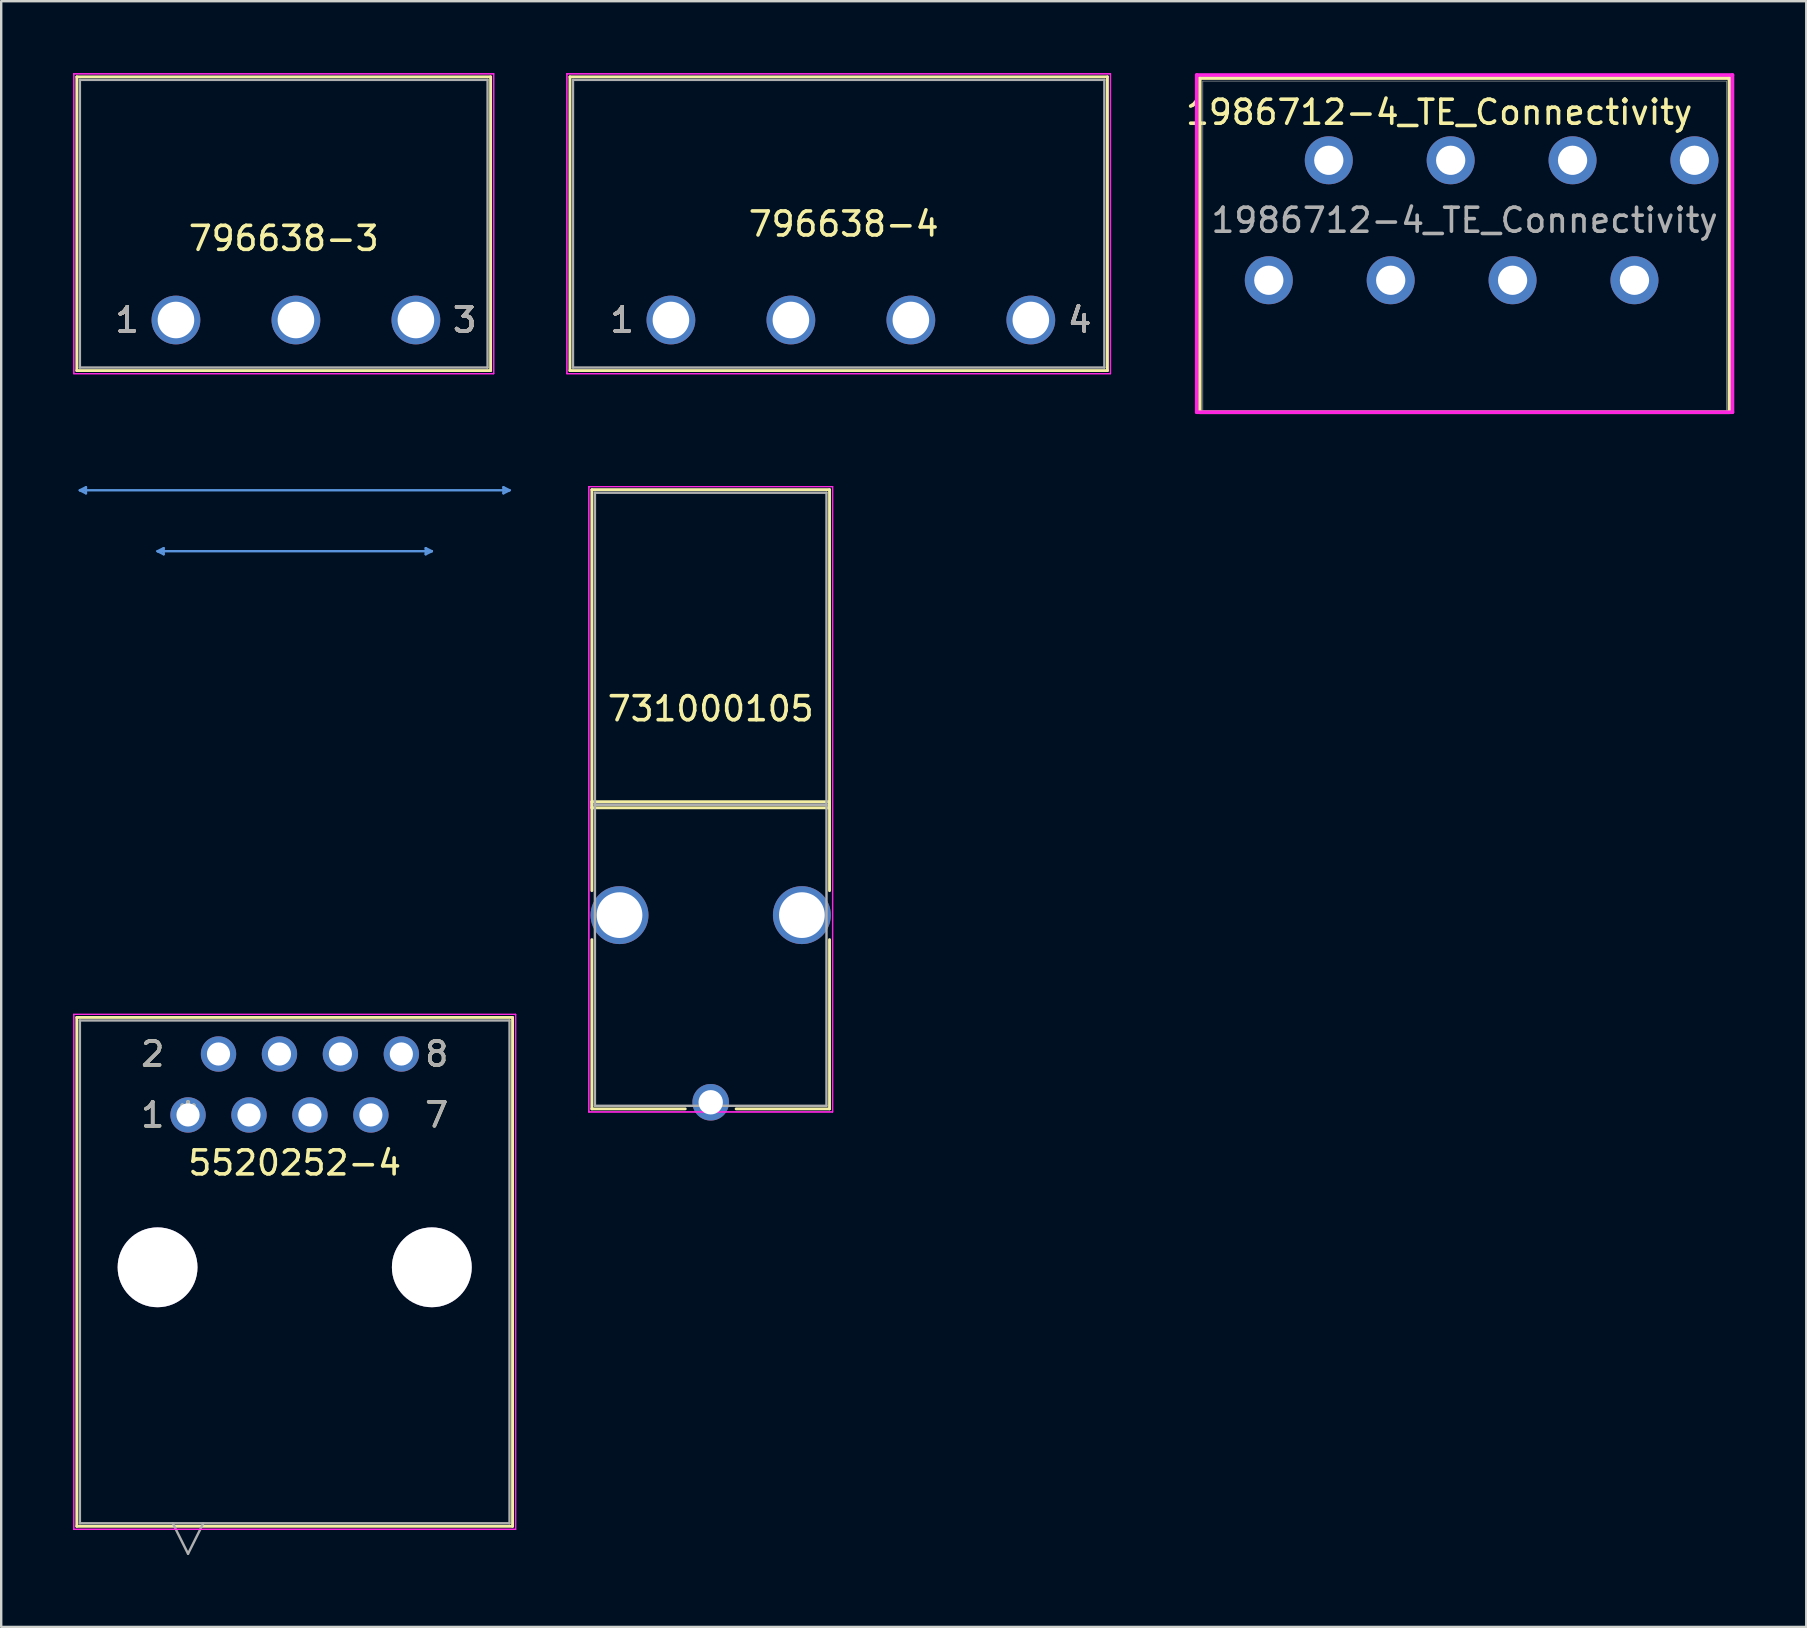
<source format=kicad_pcb>
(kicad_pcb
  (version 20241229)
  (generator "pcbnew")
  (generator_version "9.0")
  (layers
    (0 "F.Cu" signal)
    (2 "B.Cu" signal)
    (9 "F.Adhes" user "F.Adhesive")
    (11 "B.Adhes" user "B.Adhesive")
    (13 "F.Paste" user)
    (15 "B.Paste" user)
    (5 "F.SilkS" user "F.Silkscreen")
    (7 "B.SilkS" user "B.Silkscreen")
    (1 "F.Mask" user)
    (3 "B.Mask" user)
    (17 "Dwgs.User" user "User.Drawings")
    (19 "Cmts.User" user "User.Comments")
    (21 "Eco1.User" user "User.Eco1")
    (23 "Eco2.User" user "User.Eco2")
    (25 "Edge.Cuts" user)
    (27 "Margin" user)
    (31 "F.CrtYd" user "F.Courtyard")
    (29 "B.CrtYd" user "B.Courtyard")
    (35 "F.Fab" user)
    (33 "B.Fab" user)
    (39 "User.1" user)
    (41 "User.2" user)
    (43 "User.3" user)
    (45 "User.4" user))
  (footprint "731000105"
    (layer "F.Cu")
    (at 26.57 42.89)
    (property "Reference" "731000105" (at 0 -16.4 0) (layer "F.SilkS") (effects (font (size 1 1) (thickness 0.15))))
    (attr through_hole)
    (fp_line (start -4.953 -25.532) (end -4.953 -12.273) (stroke (width 0.12) (type solid)) (layer "F.SilkS"))
    (fp_line (start -4.953 -12.527) (end -4.953 -8.82) (stroke (width 0.12) (type solid)) (layer "F.SilkS"))
    (fp_line (start -4.953 -12.273) (end 4.953 -12.273) (stroke (width 0.12) (type solid)) (layer "F.SilkS"))
    (fp_line (start -4.953 -6.78) (end -4.953 0.275) (stroke (width 0.12) (type solid)) (layer "F.SilkS"))
    (fp_line (start -4.953 0.275) (end -1.06 0.275) (stroke (width 0.12) (type solid)) (layer "F.SilkS"))
    (fp_line (start 1.06 0.275) (end 4.953 0.275) (stroke (width 0.12) (type solid)) (layer "F.SilkS"))
    (fp_line (start 4.953 -25.532) (end -4.953 -25.532) (stroke (width 0.12) (type solid)) (layer "F.SilkS"))
    (fp_line (start 4.953 -12.527) (end -4.953 -12.527) (stroke (width 0.12) (type solid)) (layer "F.SilkS"))
    (fp_line (start 4.953 -12.273) (end 4.953 -25.532) (stroke (width 0.12) (type solid)) (layer "F.SilkS"))
    (fp_line (start 4.953 -8.82) (end 4.953 -12.527) (stroke (width 0.12) (type solid)) (layer "F.SilkS"))
    (fp_line (start 4.953 0.275) (end 4.953 -6.78) (stroke (width 0.12) (type solid)) (layer "F.SilkS"))
    (fp_line (start -5.08 -25.659) (end -5.08 0.402) (stroke (width 0.05) (type solid)) (layer "F.CrtYd"))
    (fp_line (start -5.08 -25.659) (end -5.08 0.402) (stroke (width 0.05) (type solid)) (layer "F.CrtYd"))
    (fp_line (start -5.08 0.402) (end 5.08 0.402) (stroke (width 0.05) (type solid)) (layer "F.CrtYd"))
    (fp_line (start -5.08 0.402) (end 5.08 0.402) (stroke (width 0.05) (type solid)) (layer "F.CrtYd"))
    (fp_line (start 5.08 -25.659) (end -5.08 -25.659) (stroke (width 0.05) (type solid)) (layer "F.CrtYd"))
    (fp_line (start 5.08 -25.659) (end -5.08 -25.659) (stroke (width 0.05) (type solid)) (layer "F.CrtYd"))
    (fp_line (start 5.08 0.402) (end 5.08 -25.659) (stroke (width 0.05) (type solid)) (layer "F.CrtYd"))
    (fp_line (start 5.08 0.402) (end 5.08 -25.659) (stroke (width 0.05) (type solid)) (layer "F.CrtYd"))
    (fp_line (start -4.826 -25.405) (end -4.826 -12.4) (stroke (width 0.1) (type solid)) (layer "F.Fab"))
    (fp_line (start -4.826 -12.4) (end -4.826 0.148) (stroke (width 0.1) (type solid)) (layer "F.Fab"))
    (fp_line (start -4.826 -12.4) (end 4.826 -12.4) (stroke (width 0.1) (type solid)) (layer "F.Fab"))
    (fp_line (start -4.826 0.148) (end 4.826 0.148) (stroke (width 0.1) (type solid)) (layer "F.Fab"))
    (fp_line (start 4.826 -25.405) (end -4.826 -25.405) (stroke (width 0.1) (type solid)) (layer "F.Fab"))
    (fp_line (start 4.826 -12.4) (end -4.826 -12.4) (stroke (width 0.1) (type solid)) (layer "F.Fab"))
    (fp_line (start 4.826 -12.4) (end 4.826 -25.405) (stroke (width 0.1) (type solid)) (layer "F.Fab"))
    (fp_line (start 4.826 0.148) (end 4.826 -12.4) (stroke (width 0.1) (type solid)) (layer "F.Fab"))
    (pad "1" thru_hole circle (at 0 0) (size 1.524 1.524) (drill 1.016) (layers "*.Cu" "*.Mask"))
    (pad "2" thru_hole circle (at -3.8 -7.8) (size 2.413 2.413) (drill 1.905) (layers "*.Cu" "*.Mask"))
    (pad "3" thru_hole circle (at 3.8 -7.8) (size 2.413 2.413) (drill 1.905) (layers "*.Cu" "*.Mask")))
  (footprint "796638-4"
    (layer "F.Cu")
    (at 24.912 10.287)
    (property "Reference" "796638-4" (at 7.2 -4 0) (layer "F.SilkS") (effects (font (size 1 1) (thickness 0.15))))
    (attr through_hole)
    (fp_line (start -4.209 -10.135) (end -4.209 2.108) (stroke (width 0.12) (type solid)) (layer "F.SilkS"))
    (fp_line (start -4.209 2.108) (end 18.193 2.108) (stroke (width 0.12) (type solid)) (layer "F.SilkS"))
    (fp_line (start 18.193 -10.135) (end -4.209 -10.135) (stroke (width 0.12) (type solid)) (layer "F.SilkS"))
    (fp_line (start 18.193 2.108) (end 18.193 -10.135) (stroke (width 0.12) (type solid)) (layer "F.SilkS"))
    (fp_line (start -4.336 -10.262) (end -4.336 2.235) (stroke (width 0.05) (type solid)) (layer "F.CrtYd"))
    (fp_line (start -4.336 -10.262) (end -4.336 2.235) (stroke (width 0.05) (type solid)) (layer "F.CrtYd"))
    (fp_line (start -4.336 2.235) (end 18.32 2.235) (stroke (width 0.05) (type solid)) (layer "F.CrtYd"))
    (fp_line (start -4.336 2.235) (end 18.32 2.235) (stroke (width 0.05) (type solid)) (layer "F.CrtYd"))
    (fp_line (start 18.32 -10.262) (end -4.336 -10.262) (stroke (width 0.05) (type solid)) (layer "F.CrtYd"))
    (fp_line (start 18.32 -10.262) (end -4.336 -10.262) (stroke (width 0.05) (type solid)) (layer "F.CrtYd"))
    (fp_line (start 18.32 2.235) (end 18.32 -10.262) (stroke (width 0.05) (type solid)) (layer "F.CrtYd"))
    (fp_line (start 18.32 2.235) (end 18.32 -10.262) (stroke (width 0.05) (type solid)) (layer "F.CrtYd"))
    (fp_line (start -4.082 -10.008) (end -4.082 1.981) (stroke (width 0.1) (type solid)) (layer "F.Fab"))
    (fp_line (start -4.082 1.981) (end 18.066 1.981) (stroke (width 0.1) (type solid)) (layer "F.Fab"))
    (fp_line (start 18.066 -10.008) (end -4.082 -10.008) (stroke (width 0.1) (type solid)) (layer "F.Fab"))
    (fp_line (start 18.066 1.981) (end 18.066 -10.008) (stroke (width 0.1) (type solid)) (layer "F.Fab"))
    (fp_text user "1" (at -2.032 0 0) (layer "F.SilkS") (effects (font (size 1 1) (thickness 0.15))))
    (fp_text user "1" (at -2.032 0 0) (layer "F.SilkS") (effects (font (size 1 1) (thickness 0.15))))
    (fp_text user "4" (at 17.032 0 0) (layer "F.SilkS") (effects (font (size 1 1) (thickness 0.15))))
    (fp_text user "4" (at 17.032 0 0) (layer "F.SilkS") (effects (font (size 1 1) (thickness 0.15))))
    (fp_text user "1" (at -2.032 0 0) (layer "B.SilkS") (effects (font (size 1 1) (thickness 0.15))))
    (fp_text user "1" (at -2.032 0 0) (layer "B.SilkS") (effects (font (size 1 1) (thickness 0.15))))
    (fp_text user "4" (at 17.032 0 0) (layer "B.SilkS") (effects (font (size 1 1) (thickness 0.15))))
    (fp_text user "4" (at 17.032 0 0) (layer "B.SilkS") (effects (font (size 1 1) (thickness 0.15))))
    (fp_text user "4" (at 17.032 0 0) (layer "F.Fab") (effects (font (size 1 1) (thickness 0.15))))
    (fp_text user "1" (at -2.032 0 0) (layer "F.Fab") (effects (font (size 1 1) (thickness 0.15))))
    (fp_text user "4" (at 17.032 0 0) (layer "F.Fab") (effects (font (size 1 1) (thickness 0.15))))
    (fp_text user "*" (at 0 0 0) (layer "F.Fab") (effects (font (size 1 1) (thickness 0.15))))
    (fp_text user "1" (at -2.032 0 0) (layer "F.Fab") (effects (font (size 1 1) (thickness 0.15))))
    (pad "1" thru_hole circle (at 0 0) (size 2.032 2.032) (drill 1.524) (layers "*.Cu" "*.Mask"))
    (pad "2" thru_hole circle (at 5 0) (size 2.032 2.032) (drill 1.524) (layers "*.Cu" "*.Mask"))
    (pad "3" thru_hole circle (at 10 0) (size 2.032 2.032) (drill 1.524) (layers "*.Cu" "*.Mask"))
    (pad "4" thru_hole circle (at 15 0) (size 2.032 2.032) (drill 1.524) (layers "*.Cu" "*.Mask")))
  (footprint "796638-3"
    (layer "F.Cu")
    (at 4.283 10.287)
    (property "Reference" "796638-3" (at 4.492 -3.4 0) (layer "F.SilkS") (effects (font (size 1 1) (thickness 0.15))))
    (attr through_hole)
    (fp_line (start -4.131 -10.135) (end -4.131 2.108) (stroke (width 0.12) (type solid)) (layer "F.SilkS"))
    (fp_line (start -4.131 2.108) (end 13.115 2.108) (stroke (width 0.12) (type solid)) (layer "F.SilkS"))
    (fp_line (start 13.115 -10.135) (end -4.131 -10.135) (stroke (width 0.12) (type solid)) (layer "F.SilkS"))
    (fp_line (start 13.115 2.108) (end 13.115 -10.135) (stroke (width 0.12) (type solid)) (layer "F.SilkS"))
    (fp_line (start -4.258 -10.262) (end -4.258 2.235) (stroke (width 0.05) (type solid)) (layer "F.CrtYd"))
    (fp_line (start -4.258 -10.262) (end -4.258 2.235) (stroke (width 0.05) (type solid)) (layer "F.CrtYd"))
    (fp_line (start -4.258 2.235) (end 13.242 2.235) (stroke (width 0.05) (type solid)) (layer "F.CrtYd"))
    (fp_line (start -4.258 2.235) (end 13.242 2.235) (stroke (width 0.05) (type solid)) (layer "F.CrtYd"))
    (fp_line (start 13.242 -10.262) (end -4.258 -10.262) (stroke (width 0.05) (type solid)) (layer "F.CrtYd"))
    (fp_line (start 13.242 -10.262) (end -4.258 -10.262) (stroke (width 0.05) (type solid)) (layer "F.CrtYd"))
    (fp_line (start 13.242 2.235) (end 13.242 -10.262) (stroke (width 0.05) (type solid)) (layer "F.CrtYd"))
    (fp_line (start 13.242 2.235) (end 13.242 -10.262) (stroke (width 0.05) (type solid)) (layer "F.CrtYd"))
    (fp_line (start -4.004 -10.008) (end -4.004 1.981) (stroke (width 0.1) (type solid)) (layer "F.Fab"))
    (fp_line (start -4.004 1.981) (end 12.988 1.981) (stroke (width 0.1) (type solid)) (layer "F.Fab"))
    (fp_line (start 12.988 -10.008) (end -4.004 -10.008) (stroke (width 0.1) (type solid)) (layer "F.Fab"))
    (fp_line (start 12.988 1.981) (end 12.988 -10.008) (stroke (width 0.1) (type solid)) (layer "F.Fab"))
    (fp_text user "3" (at 12.032 0 0) (layer "F.SilkS") (effects (font (size 1 1) (thickness 0.15))))
    (fp_text user "1" (at -2.032 0 0) (layer "F.SilkS") (effects (font (size 1 1) (thickness 0.15))))
    (fp_text user "1" (at -2.032 0 0) (layer "F.SilkS") (effects (font (size 1 1) (thickness 0.15))))
    (fp_text user "3" (at 12.032 0 0) (layer "F.SilkS") (effects (font (size 1 1) (thickness 0.15))))
    (fp_text user "3" (at 12.032 0 0) (layer "B.SilkS") (effects (font (size 1 1) (thickness 0.15))))
    (fp_text user "1" (at -2.032 0 0) (layer "B.SilkS") (effects (font (size 1 1) (thickness 0.15))))
    (fp_text user "1" (at -2.032 0 0) (layer "B.SilkS") (effects (font (size 1 1) (thickness 0.15))))
    (fp_text user "3" (at 12.032 0 0) (layer "B.SilkS") (effects (font (size 1 1) (thickness 0.15))))
    (fp_text user "3" (at 12.032 0 0) (layer "F.Fab") (effects (font (size 1 1) (thickness 0.15))))
    (fp_text user "3" (at 12.032 0 0) (layer "F.Fab") (effects (font (size 1 1) (thickness 0.15))))
    (fp_text user "1" (at -2.032 0 0) (layer "F.Fab") (effects (font (size 1 1) (thickness 0.15))))
    (fp_text user "1" (at -2.032 0 0) (layer "F.Fab") (effects (font (size 1 1) (thickness 0.15))))
    (fp_text user "*" (at 0 0 0) (layer "F.Fab") (effects (font (size 1 1) (thickness 0.15))))
    (pad "1" thru_hole circle (at 0 0) (size 2.032 2.032) (drill 1.524) (layers "*.Cu" "*.Mask"))
    (pad "2" thru_hole circle (at 5 0) (size 2.032 2.032) (drill 1.524) (layers "*.Cu" "*.Mask"))
    (pad "3" thru_hole circle (at 10 0) (size 2.032 2.032) (drill 1.524) (layers "*.Cu" "*.Mask")))
  (footprint "1986712-4_TE_Connectivity"
    (layer "F.Cu")
    (at 52.33 3.63)
    (property "Reference" "1986712-4_TE_Connectivity" (at 4.6 -2 0) (unlocked yes) (layer "F.SilkS") (effects (font (size 1 1) (thickness 0.15))))
    (attr through_hole)
    (fp_line (start -5.377 -3.427) (end -5.377 10.5) (stroke (width 0.152) (type solid)) (layer "F.SilkS"))
    (fp_line (start -5.377 10.5) (end 16.697 10.5) (stroke (width 0.152) (type solid)) (layer "F.SilkS"))
    (fp_line (start 16.697 -3.427) (end -5.377 -3.427) (stroke (width 0.152) (type solid)) (layer "F.SilkS"))
    (fp_line (start 16.697 10.5) (end 16.697 -3.427) (stroke (width 0.152) (type solid)) (layer "F.SilkS"))
    (fp_line (start -5.504 -3.554) (end -5.504 10.5) (stroke (width 0.152) (type solid)) (layer "F.CrtYd"))
    (fp_line (start -5.504 10.5) (end 16.824 10.5) (stroke (width 0.152) (type solid)) (layer "F.CrtYd"))
    (fp_line (start 16.824 -3.554) (end -5.504 -3.554) (stroke (width 0.152) (type solid)) (layer "F.CrtYd"))
    (fp_line (start 16.824 10.5) (end 16.824 -3.554) (stroke (width 0.152) (type solid)) (layer "F.CrtYd"))
    (fp_line (start -5.25 -3.3) (end -5.25 10.5) (stroke (width 0.025) (type solid)) (layer "F.Fab"))
    (fp_line (start -5.25 10.5) (end 16.57 10.5) (stroke (width 0.025) (type solid)) (layer "F.Fab"))
    (fp_line (start 16.57 -3.3) (end -5.25 -3.3) (stroke (width 0.025) (type solid)) (layer "F.Fab"))
    (fp_line (start 16.57 10.5) (end 16.57 -3.3) (stroke (width 0.025) (type solid)) (layer "F.Fab"))
    (fp_text user "${REFERENCE}" (at 5.66 2.5 0) (unlocked yes) (layer "F.Fab") (effects (font (size 1 1) (thickness 0.15))))
    (pad "1" thru_hole circle (at -2.5 5) (size 2 2) (drill 1.219) (layers "*.Cu" "*.Mask"))
    (pad "1" thru_hole circle (at 0 0) (size 2 2) (drill 1.219) (layers "*.Cu" "*.Mask"))
    (pad "2" thru_hole circle (at 2.58 5) (size 2 2) (drill 1.219) (layers "*.Cu" "*.Mask"))
    (pad "2" thru_hole circle (at 5.08 0) (size 2 2) (drill 1.219) (layers "*.Cu" "*.Mask"))
    (pad "3" thru_hole circle (at 7.66 5) (size 2 2) (drill 1.219) (layers "*.Cu" "*.Mask"))
    (pad "3" thru_hole circle (at 10.16 0) (size 2 2) (drill 1.219) (layers "*.Cu" "*.Mask"))
    (pad "4" thru_hole circle (at 12.74 5) (size 2 2) (drill 1.219) (layers "*.Cu" "*.Mask"))
    (pad "4" thru_hole circle (at 15.24 0) (size 2 2) (drill 1.219) (layers "*.Cu" "*.Mask")))
  (footprint "5520252-4"
    (layer "F.Cu")
    (at 4.787 43.418)
    (property "Reference" "5520252-4" (at 4.445 2 0) (layer "F.SilkS") (effects (font (size 1 1) (thickness 0.15))))
    (attr through_hole)
    (fp_line (start -4.636 -4.064) (end -4.636 17.145) (stroke (width 0.12) (type solid)) (layer "F.SilkS"))
    (fp_line (start -4.636 17.145) (end 13.525 17.145) (stroke (width 0.12) (type solid)) (layer "F.SilkS"))
    (fp_line (start 13.525 -4.064) (end -4.636 -4.064) (stroke (width 0.12) (type solid)) (layer "F.SilkS"))
    (fp_line (start 13.525 17.145) (end 13.525 -4.064) (stroke (width 0.12) (type solid)) (layer "F.SilkS"))
    (fp_line (start -4.508 -26.035) (end -4.255 -26.162) (stroke (width 0.1) (type solid)) (layer "Cmts.User"))
    (fp_line (start -4.508 -26.035) (end -4.255 -25.908) (stroke (width 0.1) (type solid)) (layer "Cmts.User"))
    (fp_line (start -4.508 -26.035) (end 13.399 -26.035) (stroke (width 0.1) (type solid)) (layer "Cmts.User"))
    (fp_line (start -4.255 -26.162) (end -4.255 -25.908) (stroke (width 0.1) (type solid)) (layer "Cmts.User"))
    (fp_line (start -1.27 -23.495) (end -1.016 -23.622) (stroke (width 0.1) (type solid)) (layer "Cmts.User"))
    (fp_line (start -1.27 -23.495) (end -1.016 -23.368) (stroke (width 0.1) (type solid)) (layer "Cmts.User"))
    (fp_line (start -1.27 -23.495) (end 10.16 -23.495) (stroke (width 0.1) (type solid)) (layer "Cmts.User"))
    (fp_line (start -1.016 -23.622) (end -1.016 -23.368) (stroke (width 0.1) (type solid)) (layer "Cmts.User"))
    (fp_line (start 9.906 -23.622) (end 9.906 -23.368) (stroke (width 0.1) (type solid)) (layer "Cmts.User"))
    (fp_line (start 10.16 -23.495) (end 9.906 -23.622) (stroke (width 0.1) (type solid)) (layer "Cmts.User"))
    (fp_line (start 10.16 -23.495) (end 9.906 -23.368) (stroke (width 0.1) (type solid)) (layer "Cmts.User"))
    (fp_line (start 13.145 -26.162) (end 13.145 -25.908) (stroke (width 0.1) (type solid)) (layer "Cmts.User"))
    (fp_line (start 13.399 -26.035) (end 13.145 -26.162) (stroke (width 0.1) (type solid)) (layer "Cmts.User"))
    (fp_line (start 13.399 -26.035) (end 13.145 -25.908) (stroke (width 0.1) (type solid)) (layer "Cmts.User"))
    (fp_line (start -4.763 -4.191) (end -4.763 17.272) (stroke (width 0.05) (type solid)) (layer "F.CrtYd"))
    (fp_line (start -4.763 -4.191) (end -4.763 17.272) (stroke (width 0.05) (type solid)) (layer "F.CrtYd"))
    (fp_line (start -4.763 17.272) (end 13.652 17.272) (stroke (width 0.05) (type solid)) (layer "F.CrtYd"))
    (fp_line (start -4.763 17.272) (end 13.652 17.272) (stroke (width 0.05) (type solid)) (layer "F.CrtYd"))
    (fp_line (start 13.652 -4.191) (end -4.763 -4.191) (stroke (width 0.05) (type solid)) (layer "F.CrtYd"))
    (fp_line (start 13.652 -4.191) (end -4.763 -4.191) (stroke (width 0.05) (type solid)) (layer "F.CrtYd"))
    (fp_line (start 13.652 17.272) (end 13.652 -4.191) (stroke (width 0.05) (type solid)) (layer "F.CrtYd"))
    (fp_line (start 13.652 17.272) (end 13.652 -4.191) (stroke (width 0.05) (type solid)) (layer "F.CrtYd"))
    (fp_line (start -4.508 -3.937) (end -4.508 17.018) (stroke (width 0.1) (type solid)) (layer "F.Fab"))
    (fp_line (start -4.508 17.018) (end 13.399 17.018) (stroke (width 0.1) (type solid)) (layer "F.Fab"))
    (fp_line (start -0.635 17.018) (end 0 18.288) (stroke (width 0.1) (type solid)) (layer "F.Fab"))
    (fp_line (start 0.635 17.018) (end 0 18.288) (stroke (width 0.1) (type solid)) (layer "F.Fab"))
    (fp_line (start 13.399 -3.937) (end -4.508 -3.937) (stroke (width 0.1) (type solid)) (layer "F.Fab"))
    (fp_line (start 13.399 17.018) (end 13.399 -3.937) (stroke (width 0.1) (type solid)) (layer "F.Fab"))
    (fp_text user "*" (at 0 0 0) (layer "F.SilkS") (effects (font (size 1 1) (thickness 0.15))))
    (fp_text user "2" (at -1.473 -2.54 0) (layer "F.SilkS") (effects (font (size 1 1) (thickness 0.15))))
    (fp_text user "7" (at 10.363 0 0) (layer "F.SilkS") (effects (font (size 1 1) (thickness 0.15))))
    (fp_text user "1" (at -1.473 0 0) (layer "F.SilkS") (effects (font (size 1 1) (thickness 0.15))))
    (fp_text user "8" (at 10.363 -2.54 0) (layer "F.SilkS") (effects (font (size 1 1) (thickness 0.15))))
    (fp_text user "Copyright 2021 Accelerated Designs. All rights reserved." (at 0 0 0) (layer "Cmts.User") (effects (font (size 0.127 0.127) (thickness 0.002))))
    (fp_text user "8" (at 10.363 -2.54 0) (layer "F.Fab") (effects (font (size 1 1) (thickness 0.15))))
    (fp_text user "*" (at 0 0 0) (layer "F.Fab") (effects (font (size 1 1) (thickness 0.15))))
    (fp_text user "2" (at -1.473 -2.54 0) (layer "F.Fab") (effects (font (size 1 1) (thickness 0.15))))
    (fp_text user "1" (at -1.473 0 0) (layer "F.Fab") (effects (font (size 1 1) (thickness 0.15))))
    (fp_text user "7" (at 10.363 0 0) (layer "F.Fab") (effects (font (size 1 1) (thickness 0.15))))
    (pad "1" thru_hole circle (at 0 0) (size 1.473 1.473) (drill 0.965) (layers "*.Cu" "*.Mask"))
    (pad "2" thru_hole circle (at 1.27 -2.54) (size 1.473 1.473) (drill 0.965) (layers "*.Cu" "*.Mask"))
    (pad "3" thru_hole circle (at 2.54 0) (size 1.473 1.473) (drill 0.965) (layers "*.Cu" "*.Mask"))
    (pad "4" thru_hole circle (at 3.81 -2.54) (size 1.473 1.473) (drill 0.965) (layers "*.Cu" "*.Mask"))
    (pad "5" thru_hole circle (at 5.08 0) (size 1.473 1.473) (drill 0.965) (layers "*.Cu" "*.Mask"))
    (pad "6" thru_hole circle (at 6.35 -2.54) (size 1.473 1.473) (drill 0.965) (layers "*.Cu" "*.Mask"))
    (pad "7" thru_hole circle (at 7.62 0) (size 1.473 1.473) (drill 0.965) (layers "*.Cu" "*.Mask"))
    (pad "8" thru_hole circle (at 8.89 -2.54) (size 1.473 1.473) (drill 0.965) (layers "*.Cu" "*.Mask"))
    (pad "9" thru_hole circle (at -1.27 6.35) (size 3.327 3.327) (drill 3.327) (layers "*.Cu" "*.Mask"))
    (pad "10" thru_hole circle (at 10.16 6.35) (size 3.327 3.327) (drill 3.327) (layers "*.Cu" "*.Mask")))
  (gr_rect
    (start -3 -3)
    (end 72.23 64.756)
    (stroke (width 0.1) (type default))
    (fill no)
    (layer "Edge.Cuts")))
</source>
